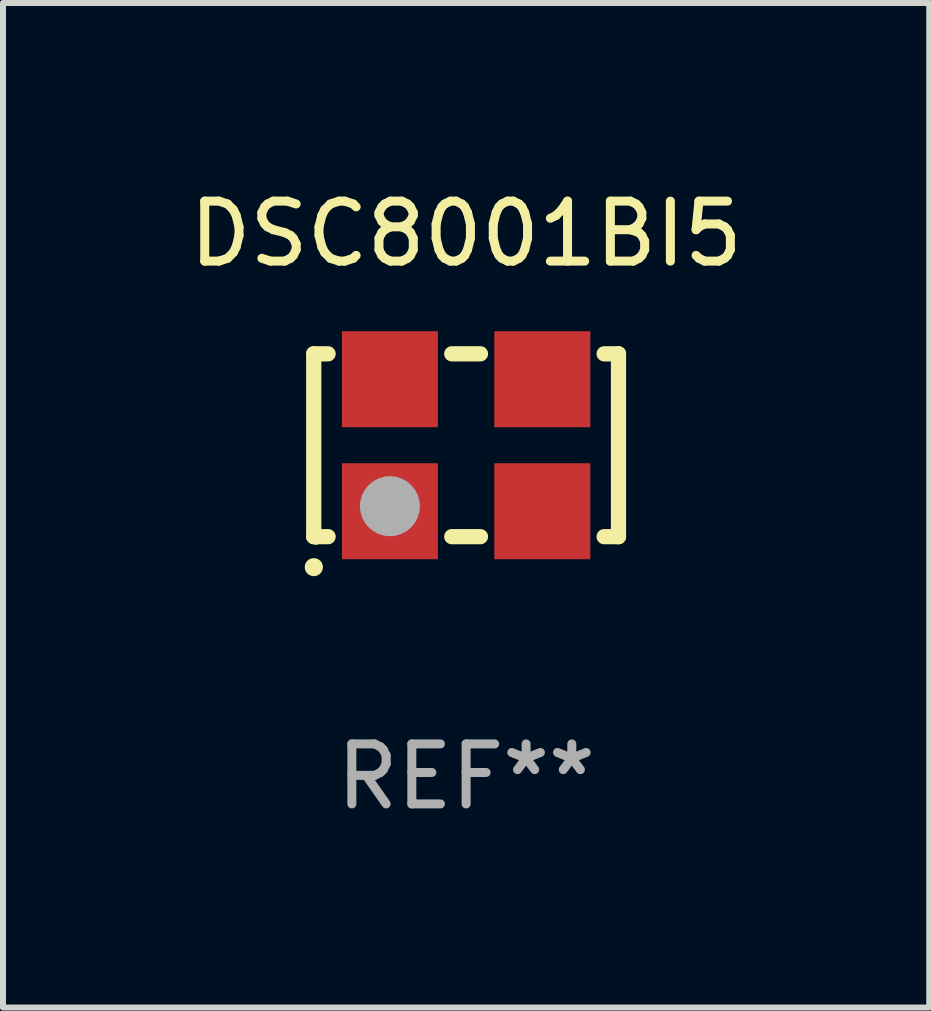
<source format=kicad_pcb>
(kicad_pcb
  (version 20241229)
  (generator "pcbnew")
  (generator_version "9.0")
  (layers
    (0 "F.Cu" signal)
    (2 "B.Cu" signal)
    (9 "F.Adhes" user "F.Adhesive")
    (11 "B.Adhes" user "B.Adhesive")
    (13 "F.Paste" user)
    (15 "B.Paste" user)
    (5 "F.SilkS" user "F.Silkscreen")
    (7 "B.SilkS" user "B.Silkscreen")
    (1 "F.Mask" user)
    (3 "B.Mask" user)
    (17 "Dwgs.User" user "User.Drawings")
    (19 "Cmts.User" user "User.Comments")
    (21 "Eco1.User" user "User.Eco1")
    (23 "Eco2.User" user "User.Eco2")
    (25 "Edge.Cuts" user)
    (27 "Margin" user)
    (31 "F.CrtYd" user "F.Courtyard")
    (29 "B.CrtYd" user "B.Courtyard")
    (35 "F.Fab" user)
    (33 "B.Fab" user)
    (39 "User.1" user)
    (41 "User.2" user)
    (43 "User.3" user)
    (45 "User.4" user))
  (footprint "DSC8001BI5"
    (layer "F.Cu")
    (at 4.72 4.372)
    (property "Reference" "DSC8001BI5" (at 0 -3.524 0) (layer "F.SilkS") (effects (font (size 1 1) (thickness 0.15))))
    (attr through_hole)
    (fp_line (start -2.54 -1.524) (end -2.301 -1.524) (stroke (width 0.254) (type solid)) (layer "F.SilkS"))
    (fp_line (start -2.54 1.524) (end -2.54 -1.524) (stroke (width 0.254) (type solid)) (layer "F.SilkS"))
    (fp_line (start -2.301 1.524) (end -2.54 1.524) (stroke (width 0.254) (type solid)) (layer "F.SilkS"))
    (fp_line (start -0.239 -1.524) (end 0.239 -1.524) (stroke (width 0.254) (type solid)) (layer "F.SilkS"))
    (fp_line (start 0.239 1.524) (end -0.239 1.524) (stroke (width 0.254) (type solid)) (layer "F.SilkS"))
    (fp_line (start 2.301 -1.524) (end 2.54 -1.524) (stroke (width 0.254) (type solid)) (layer "F.SilkS"))
    (fp_line (start 2.54 -1.524) (end 2.54 1.524) (stroke (width 0.254) (type solid)) (layer "F.SilkS"))
    (fp_line (start 2.54 1.524) (end 2.301 1.524) (stroke (width 0.254) (type solid)) (layer "F.SilkS"))
    (fp_arc (start -2.540005 2.032004) (mid -2.538735 2.031999) (end -2.537465 2.032004) (stroke (width 0.3) (type solid)) (layer "F.SilkS"))
    (fp_circle (center -2.5 1.6) (end -2.47 1.6) (stroke (width 0.06) (type solid)) (fill no) (layer "F.SilkS"))
    (fp_circle (center -1.27 1.016) (end -1.02 1.016) (stroke (width 0.5) (type solid)) (fill no) (layer "F.Fab"))
    (fp_text user "REF**" (at 0 5.524 0) (layer "F.Fab") (effects (font (size 1 1) (thickness 0.15))))
    (pad "1" smd rect (at -1.27 1.1) (size 1.6 1.6) (layers "F.Cu" "F.Mask" "F.Paste"))
    (pad "2" smd rect (at 1.27 1.1) (size 1.6 1.6) (layers "F.Cu" "F.Mask" "F.Paste"))
    (pad "3" smd rect (at 1.27 -1.1) (size 1.6 1.6) (layers "F.Cu" "F.Mask" "F.Paste"))
    (pad "4" smd rect (at -1.27 -1.1) (size 1.6 1.6) (layers "F.Cu" "F.Mask" "F.Paste")))
  (gr_rect
    (start -3 -3)
    (end 12.44 13.745)
    (stroke (width 0.1) (type default))
    (fill no)
    (layer "Edge.Cuts")))
</source>
